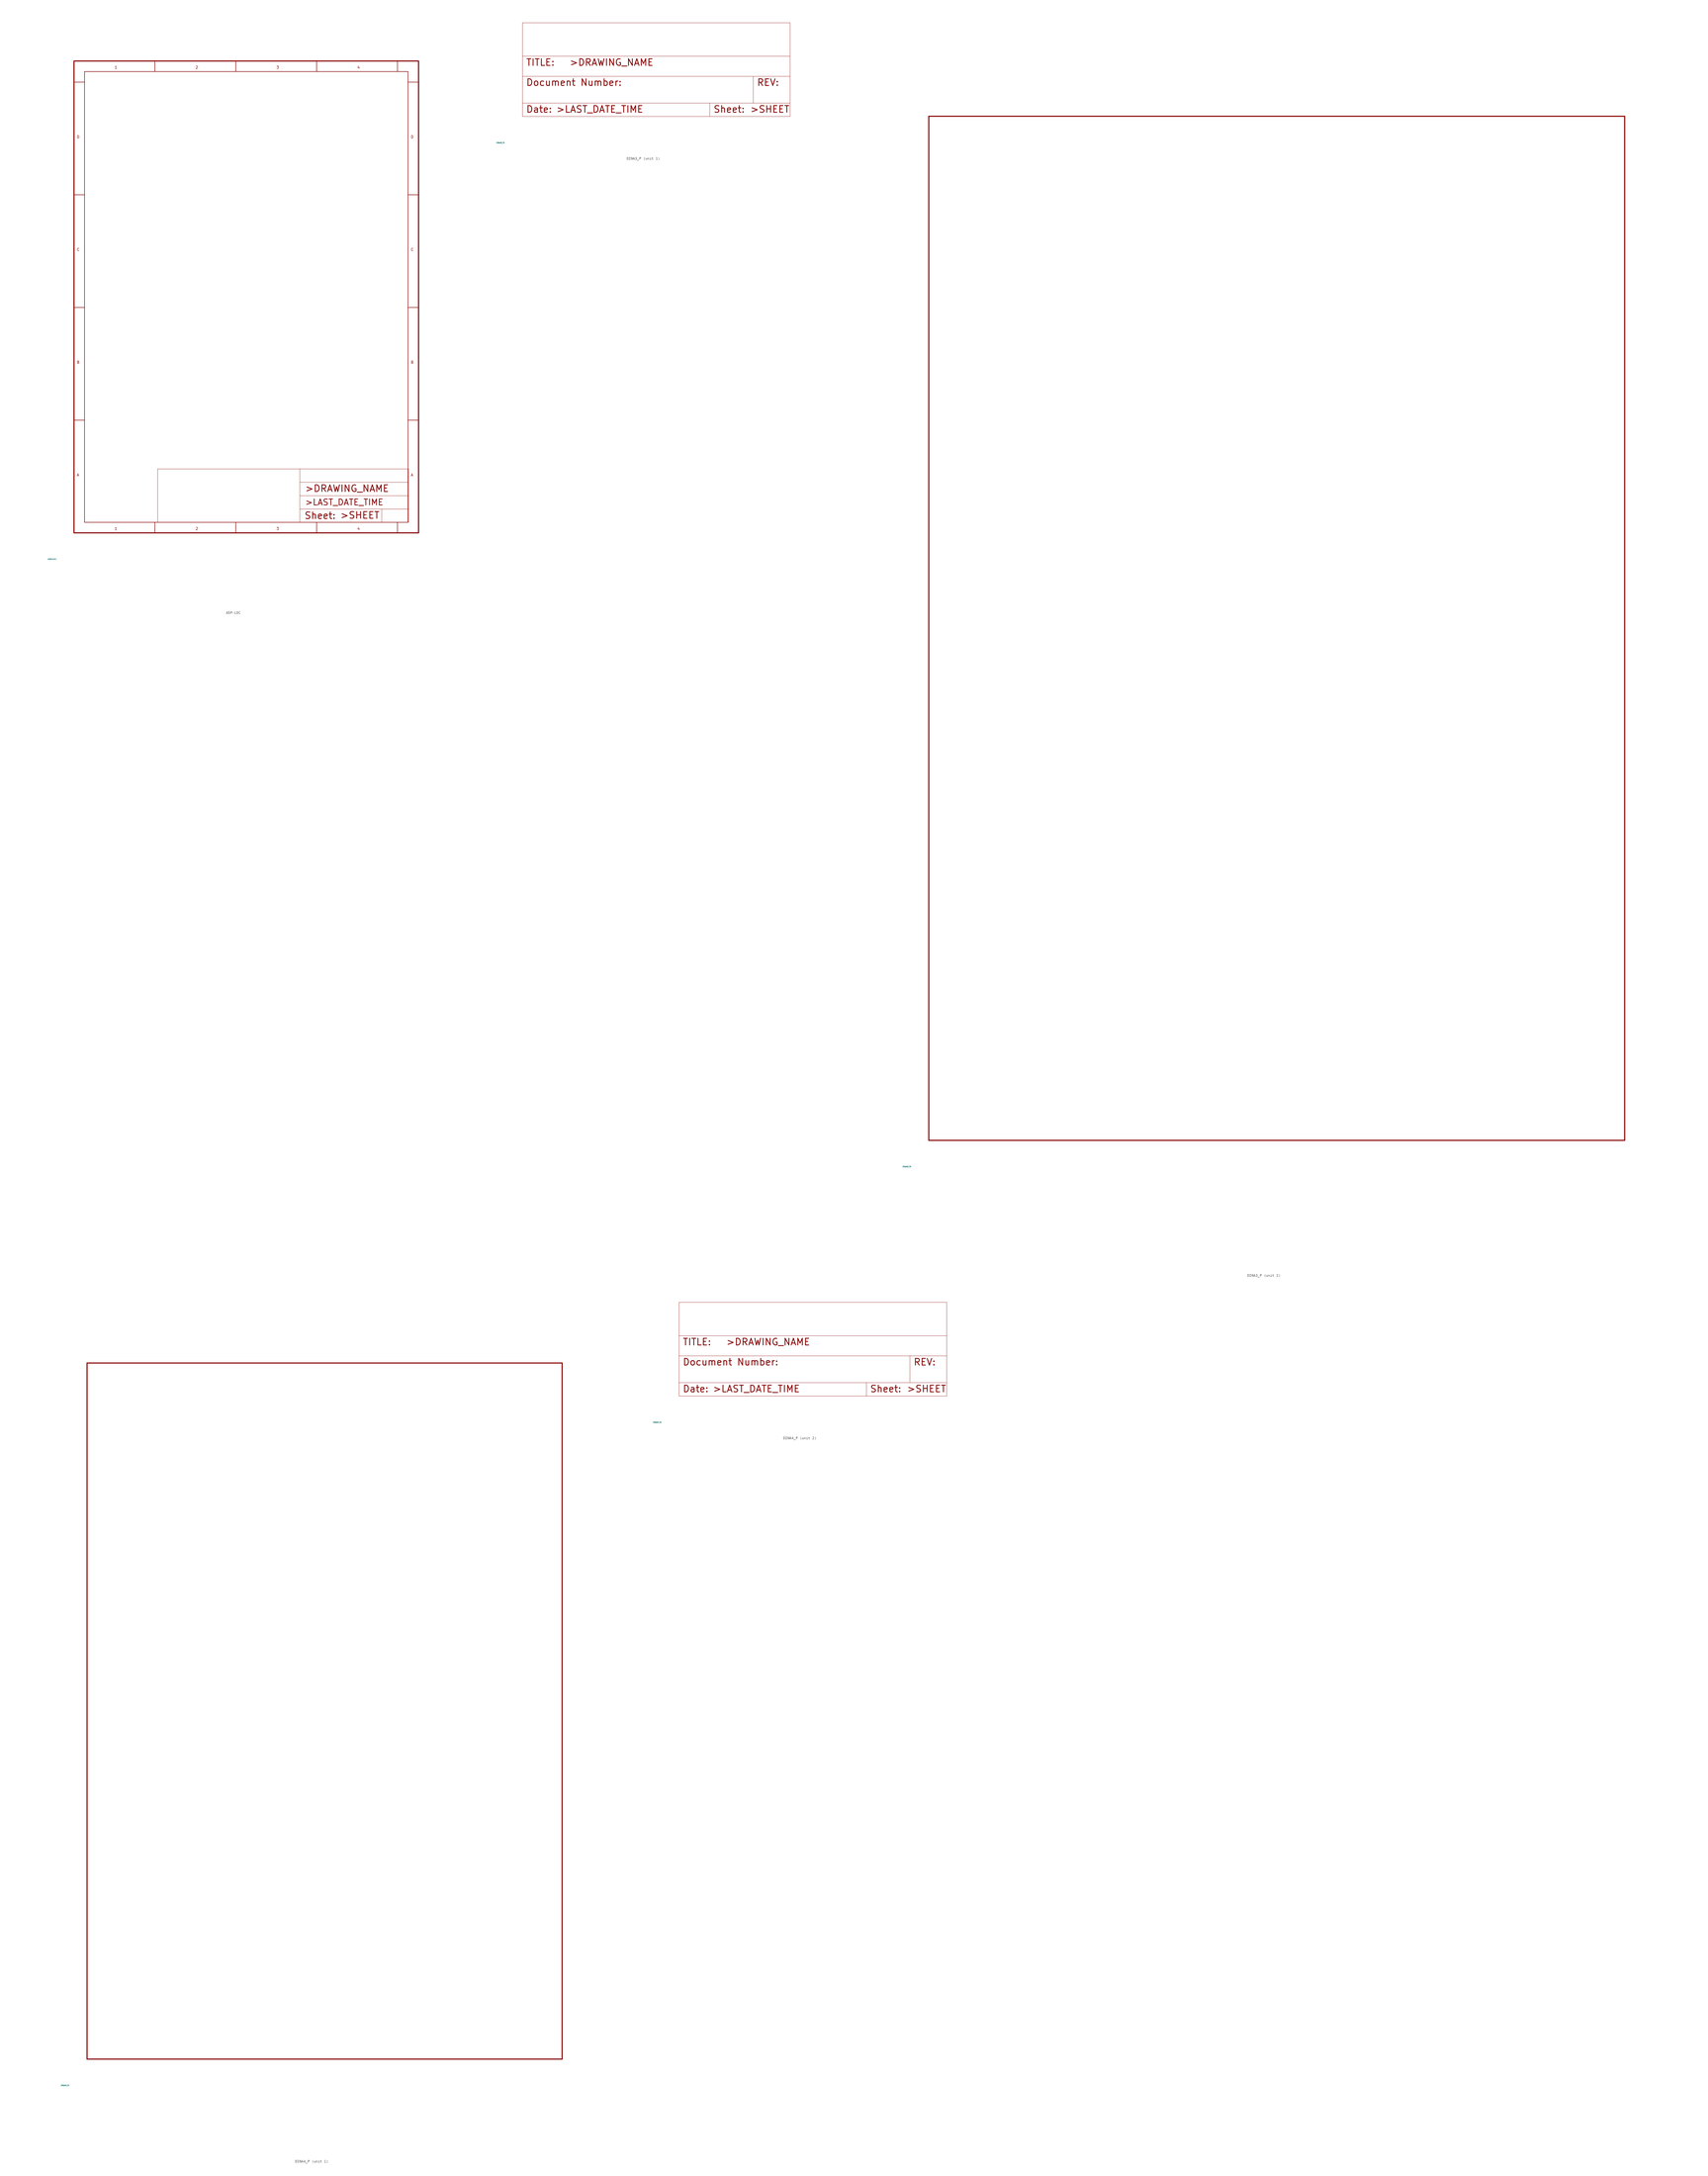
<source format=kicad_sym>
(kicad_symbol_lib
  (version 20220914)
  (generator Eagle2Kicad)
  (symbol "A5P-LOC"
    (property "Reference" "FRAME"
      (at -10 -10 0)
      (effects (font (size 0.5 0.5) (thickness 0.06)) (justify left)))
    (property "Value" "A5P-LOC"
      (at -10 -10 0)
      (effects (font (size 0.5 0.5) (thickness 0.06)) (justify left)))
    (polyline
      (pts (xy 127 3.937) (xy 127 9.017))
      (stroke (width 0.102) (type default))
      (fill (type none)))
    (polyline
      (pts (xy 127 9.017) (xy 127 14.097))
      (stroke (width 0.102) (type default))
      (fill (type none)))
    (polyline
      (pts (xy 127 14.097) (xy 127 19.177))
      (stroke (width 0.102) (type default))
      (fill (type none)))
    (polyline
      (pts (xy 127 19.177) (xy 127 24.257))
      (stroke (width 0.102) (type default))
      (fill (type none)))
    (polyline
      (pts (xy 31.75 3.937) (xy 31.75 24.257))
      (stroke (width 0.102) (type default))
      (fill (type none)))
    (polyline
      (pts (xy 31.75 24.257) (xy 85.725 24.257))
      (stroke (width 0.102) (type default))
      (fill (type none)))
    (polyline
      (pts (xy 85.725 24.257) (xy 127 24.257))
      (stroke (width 0.102) (type default))
      (fill (type none)))
    (polyline
      (pts (xy 116.84 3.937) (xy 116.84 9.017))
      (stroke (width 0.102) (type default))
      (fill (type none)))
    (polyline
      (pts (xy 116.84 9.017) (xy 127 9.017))
      (stroke (width 0.102) (type default))
      (fill (type none)))
    (polyline
      (pts (xy 116.84 9.017) (xy 85.725 9.017))
      (stroke (width 0.102) (type default))
      (fill (type none)))
    (polyline
      (pts (xy 85.725 9.017) (xy 85.725 3.937))
      (stroke (width 0.102) (type default))
      (fill (type none)))
    (polyline
      (pts (xy 85.725 9.017) (xy 85.725 14.097))
      (stroke (width 0.102) (type default))
      (fill (type none)))
    (polyline
      (pts (xy 85.725 14.097) (xy 127 14.097))
      (stroke (width 0.102) (type default))
      (fill (type none)))
    (polyline
      (pts (xy 85.725 14.097) (xy 85.725 19.177))
      (stroke (width 0.102) (type default))
      (fill (type none)))
    (polyline
      (pts (xy 85.725 19.177) (xy 127 19.177))
      (stroke (width 0.102) (type default))
      (fill (type none)))
    (polyline
      (pts (xy 85.725 19.177) (xy 85.725 24.257))
      (stroke (width 0.102) (type default))
      (fill (type none)))
    (text ">DRAWING_NAME"
      (at 87.63 15.367 0)
      (effects (font (size 2.54 2.54) (thickness 0.32)) (justify left bottom)))
    (text ">LAST_DATE_TIME"
      (at 87.63 10.287 0)
      (effects (font (size 2.286 2.286) (thickness 0.29)) (justify left bottom)))
    (text ">SHEET"
      (at 100.965 5.207 0)
      (effects (font (size 2.54 2.54) (thickness 0.32)) (justify left bottom)))
    (text "Sheet:"
      (at 87.376 5.08 0)
      (effects (font (size 2.54 2.54) (thickness 0.32)) (justify left bottom)))
    (polyline
      (pts (xy 0 0) (xy 130.81 0))
      (stroke (width 0.4) (type default))
      (fill (type none)))
    (polyline
      (pts (xy 0 179.07) (xy 130.81 179.07))
      (stroke (width 0.4) (type default))
      (fill (type none)))
    (polyline
      (pts (xy 0 0) (xy 0 179.07))
      (stroke (width 0.4) (type default))
      (fill (type none)))
    (polyline
      (pts (xy 130.81 0) (xy 130.81 179.07))
      (stroke (width 0.4) (type default))
      (fill (type none)))
    (polyline
      (pts (xy 4 4) (xy 126.81 4))
      (stroke (width 0.2) (type default))
      (fill (type none)))
    (polyline
      (pts (xy 30.703 0) (xy 30.703 4))
      (stroke (width 0.2) (type default))
      (fill (type none)))
    (text "1"
      (at 15.351 1 0)
      (effects (font (size 1 1) (thickness 0.13)) (justify left bottom)))
    (polyline
      (pts (xy 61.405 0) (xy 61.405 4))
      (stroke (width 0.2) (type default))
      (fill (type none)))
    (text "2"
      (at 46.054 1 0)
      (effects (font (size 1 1) (thickness 0.13)) (justify left bottom)))
    (polyline
      (pts (xy 92.108 0) (xy 92.108 4))
      (stroke (width 0.2) (type default))
      (fill (type none)))
    (text "3"
      (at 76.756 1 0)
      (effects (font (size 1 1) (thickness 0.13)) (justify left bottom)))
    (polyline
      (pts (xy 122.81 0) (xy 122.81 4))
      (stroke (width 0.2) (type default))
      (fill (type none)))
    (text "4"
      (at 107.459 1 0)
      (effects (font (size 1 1) (thickness 0.13)) (justify left bottom)))
    (polyline
      (pts (xy 4 175.07) (xy 126.81 175.07))
      (stroke (width 0.2) (type default))
      (fill (type none)))
    (polyline
      (pts (xy 30.703 175.07) (xy 30.703 179.07))
      (stroke (width 0.2) (type default))
      (fill (type none)))
    (text "1"
      (at 15.351 176.07 0)
      (effects (font (size 1 1) (thickness 0.13)) (justify left bottom)))
    (polyline
      (pts (xy 61.405 175.07) (xy 61.405 179.07))
      (stroke (width 0.2) (type default))
      (fill (type none)))
    (text "2"
      (at 46.054 176.07 0)
      (effects (font (size 1 1) (thickness 0.13)) (justify left bottom)))
    (polyline
      (pts (xy 92.108 175.07) (xy 92.108 179.07))
      (stroke (width 0.2) (type default))
      (fill (type none)))
    (text "3"
      (at 76.756 176.07 0)
      (effects (font (size 1 1) (thickness 0.13)) (justify left bottom)))
    (polyline
      (pts (xy 122.81 175.07) (xy 122.81 179.07))
      (stroke (width 0.2) (type default))
      (fill (type none)))
    (text "4"
      (at 107.459 176.07 0)
      (effects (font (size 1 1) (thickness 0.13)) (justify left bottom)))
    (polyline
      (pts (xy 4 4) (xy 4 175.07))
      (stroke (width 0.2) (type default))
      (fill (type none)))
    (polyline
      (pts (xy 0 42.767) (xy 4 42.767))
      (stroke (width 0.2) (type default))
      (fill (type none)))
    (text "A"
      (at 1 21.384 0)
      (effects (font (size 1 1) (thickness 0.13)) (justify left bottom)))
    (polyline
      (pts (xy 0 85.535) (xy 4 85.535))
      (stroke (width 0.2) (type default))
      (fill (type none)))
    (text "B"
      (at 1 64.151 0)
      (effects (font (size 1 1) (thickness 0.13)) (justify left bottom)))
    (polyline
      (pts (xy 0 128.303) (xy 4 128.303))
      (stroke (width 0.2) (type default))
      (fill (type none)))
    (text "C"
      (at 1 106.919 0)
      (effects (font (size 1 1) (thickness 0.13)) (justify left bottom)))
    (polyline
      (pts (xy 0 171.07) (xy 4 171.07))
      (stroke (width 0.2) (type default))
      (fill (type none)))
    (text "D"
      (at 1 149.686 0)
      (effects (font (size 1 1) (thickness 0.13)) (justify left bottom)))
    (polyline
      (pts (xy 126.81 4) (xy 126.81 175.07))
      (stroke (width 0.2) (type default))
      (fill (type none)))
    (polyline
      (pts (xy 126.81 42.767) (xy 130.81 42.767))
      (stroke (width 0.2) (type default))
      (fill (type none)))
    (text "A"
      (at 127.81 21.384 0)
      (effects (font (size 1 1) (thickness 0.13)) (justify left bottom)))
    (polyline
      (pts (xy 126.81 85.535) (xy 130.81 85.535))
      (stroke (width 0.2) (type default))
      (fill (type none)))
    (text "B"
      (at 127.81 64.151 0)
      (effects (font (size 1 1) (thickness 0.13)) (justify left bottom)))
    (polyline
      (pts (xy 126.81 128.303) (xy 130.81 128.303))
      (stroke (width 0.2) (type default))
      (fill (type none)))
    (text "C"
      (at 127.81 106.919 0)
      (effects (font (size 1 1) (thickness 0.13)) (justify left bottom)))
    (polyline
      (pts (xy 126.81 171.07) (xy 130.81 171.07))
      (stroke (width 0.2) (type default))
      (fill (type none)))
    (text "D"
      (at 127.81 149.686 0)
      (effects (font (size 1 1) (thickness 0.13)) (justify left bottom))))
  (symbol "DINA3_P"
    (property "Reference" "FRAME"
      (at -10 -10 0)
      (effects (font (size 0.5 0.5) (thickness 0.06)) (justify left)))
    (property "Value" "DINA3_P"
      (at -10 -10 0)
      (effects (font (size 0.5 0.5) (thickness 0.06)) (justify left)))
    (symbol "DINA3_P_1_0"
      (polyline (pts (xy 0 0) (xy 71.12 0)) (stroke (width 0.102) (type default)) (fill (type none)))
      (polyline (pts (xy 101.6 15.24) (xy 87.63 15.24)) (stroke (width 0.102) (type default)) (fill (type none)))
      (polyline (pts (xy 0 0) (xy 0 5.08)) (stroke (width 0.102) (type default)) (fill (type none)))
      (polyline (pts (xy 0 5.08) (xy 71.12 5.08)) (stroke (width 0.102) (type default)) (fill (type none)))
      (polyline (pts (xy 0 5.08) (xy 0 15.24)) (stroke (width 0.102) (type default)) (fill (type none)))
      (polyline (pts (xy 101.6 15.24) (xy 101.6 5.08)) (stroke (width 0.102) (type default)) (fill (type none)))
      (polyline (pts (xy 71.12 5.08) (xy 71.12 0)) (stroke (width 0.102) (type default)) (fill (type none)))
      (polyline (pts (xy 71.12 5.08) (xy 87.63 5.08)) (stroke (width 0.102) (type default)) (fill (type none)))
      (polyline (pts (xy 71.12 0) (xy 101.6 0)) (stroke (width 0.102) (type default)) (fill (type none)))
      (polyline (pts (xy 87.63 15.24) (xy 87.63 5.08)) (stroke (width 0.102) (type default)) (fill (type none)))
      (polyline (pts (xy 87.63 15.24) (xy 0 15.24)) (stroke (width 0.102) (type default)) (fill (type none)))
      (polyline (pts (xy 87.63 5.08) (xy 101.6 5.08)) (stroke (width 0.102) (type default)) (fill (type none)))
      (polyline (pts (xy 101.6 5.08) (xy 101.6 0)) (stroke (width 0.102) (type default)) (fill (type none)))
      (polyline (pts (xy 0 15.24) (xy 0 22.86)) (stroke (width 0.102) (type default)) (fill (type none)))
      (polyline (pts (xy 101.6 35.56) (xy 0 35.56)) (stroke (width 0.102) (type default)) (fill (type none)))
      (polyline (pts (xy 101.6 35.56) (xy 101.6 22.86)) (stroke (width 0.102) (type default)) (fill (type none)))
      (polyline (pts (xy 0 22.86) (xy 101.6 22.86)) (stroke (width 0.102) (type default)) (fill (type none)))
      (polyline (pts (xy 0 22.86) (xy 0 35.56)) (stroke (width 0.102) (type default)) (fill (type none)))
      (polyline (pts (xy 101.6 22.86) (xy 101.6 15.24)) (stroke (width 0.102) (type default)) (fill (type none)))
      (text "Date:" (at 1.27 1.27 0) (effects (font (size 2.54 2.54) (thickness 0.32)) (justify left bottom)))
      (text ">LAST_DATE_TIME" (at 12.7 1.27 0) (effects (font (size 2.54 2.54) (thickness 0.32)) (justify left bottom)))
      (text "Sheet:" (at 72.39 1.27 0) (effects (font (size 2.54 2.54) (thickness 0.32)) (justify left bottom)))
      (text ">SHEET" (at 86.36 1.27 0) (effects (font (size 2.54 2.54) (thickness 0.32)) (justify left bottom)))
      (text "REV:" (at 88.9 11.43 0) (effects (font (size 2.54 2.54) (thickness 0.32)) (justify left bottom)))
      (text "TITLE:" (at 1.27 19.05 0) (effects (font (size 2.54 2.54) (thickness 0.32)) (justify left bottom)))
      (text "Document Number:" (at 1.27 11.43 0) (effects (font (size 2.54 2.54) (thickness 0.32)) (justify left bottom)))
      (text ">DRAWING_NAME" (at 17.78 19.05 0) (effects (font (size 2.54 2.54) (thickness 0.32)) (justify left bottom))))
    (symbol "DINA3_P_2_0"
      (polyline (pts (xy 0 0) (xy 264.16 0)) (stroke (width 0.4) (type default)) (fill (type none)))
      (polyline (pts (xy 0 388.62) (xy 264.16 388.62)) (stroke (width 0.4) (type default)) (fill (type none)))
      (polyline (pts (xy 0 0) (xy 0 388.62)) (stroke (width 0.4) (type default)) (fill (type none)))
      (polyline (pts (xy 264.16 0) (xy 264.16 388.62)) (stroke (width 0.4) (type default)) (fill (type none)))))
  (symbol "DINA4_P"
    (property "Reference" "FRAME"
      (at -10 -10 0)
      (effects (font (size 0.5 0.5) (thickness 0.06)) (justify left)))
    (property "Value" "DINA4_P"
      (at -10 -10 0)
      (effects (font (size 0.5 0.5) (thickness 0.06)) (justify left)))
    (symbol "DINA4_P_1_0"
      (polyline (pts (xy 0 0) (xy 180.34 0)) (stroke (width 0.4) (type default)) (fill (type none)))
      (polyline (pts (xy 0 264.16) (xy 180.34 264.16)) (stroke (width 0.4) (type default)) (fill (type none)))
      (polyline (pts (xy 0 0) (xy 0 264.16)) (stroke (width 0.4) (type default)) (fill (type none)))
      (polyline (pts (xy 180.34 0) (xy 180.34 264.16)) (stroke (width 0.4) (type default)) (fill (type none))))
    (symbol "DINA4_P_2_0"
      (polyline (pts (xy 0 0) (xy 71.12 0)) (stroke (width 0.102) (type default)) (fill (type none)))
      (polyline (pts (xy 101.6 15.24) (xy 87.63 15.24)) (stroke (width 0.102) (type default)) (fill (type none)))
      (polyline (pts (xy 0 0) (xy 0 5.08)) (stroke (width 0.102) (type default)) (fill (type none)))
      (polyline (pts (xy 0 5.08) (xy 71.12 5.08)) (stroke (width 0.102) (type default)) (fill (type none)))
      (polyline (pts (xy 0 5.08) (xy 0 15.24)) (stroke (width 0.102) (type default)) (fill (type none)))
      (polyline (pts (xy 101.6 15.24) (xy 101.6 5.08)) (stroke (width 0.102) (type default)) (fill (type none)))
      (polyline (pts (xy 71.12 5.08) (xy 71.12 0)) (stroke (width 0.102) (type default)) (fill (type none)))
      (polyline (pts (xy 71.12 5.08) (xy 87.63 5.08)) (stroke (width 0.102) (type default)) (fill (type none)))
      (polyline (pts (xy 71.12 0) (xy 101.6 0)) (stroke (width 0.102) (type default)) (fill (type none)))
      (polyline (pts (xy 87.63 15.24) (xy 87.63 5.08)) (stroke (width 0.102) (type default)) (fill (type none)))
      (polyline (pts (xy 87.63 15.24) (xy 0 15.24)) (stroke (width 0.102) (type default)) (fill (type none)))
      (polyline (pts (xy 87.63 5.08) (xy 101.6 5.08)) (stroke (width 0.102) (type default)) (fill (type none)))
      (polyline (pts (xy 101.6 5.08) (xy 101.6 0)) (stroke (width 0.102) (type default)) (fill (type none)))
      (polyline (pts (xy 0 15.24) (xy 0 22.86)) (stroke (width 0.102) (type default)) (fill (type none)))
      (polyline (pts (xy 101.6 35.56) (xy 0 35.56)) (stroke (width 0.102) (type default)) (fill (type none)))
      (polyline (pts (xy 101.6 35.56) (xy 101.6 22.86)) (stroke (width 0.102) (type default)) (fill (type none)))
      (polyline (pts (xy 0 22.86) (xy 101.6 22.86)) (stroke (width 0.102) (type default)) (fill (type none)))
      (polyline (pts (xy 0 22.86) (xy 0 35.56)) (stroke (width 0.102) (type default)) (fill (type none)))
      (polyline (pts (xy 101.6 22.86) (xy 101.6 15.24)) (stroke (width 0.102) (type default)) (fill (type none)))
      (text "Date:" (at 1.27 1.27 0) (effects (font (size 2.54 2.54) (thickness 0.32)) (justify left bottom)))
      (text ">LAST_DATE_TIME" (at 12.7 1.27 0) (effects (font (size 2.54 2.54) (thickness 0.32)) (justify left bottom)))
      (text "Sheet:" (at 72.39 1.27 0) (effects (font (size 2.54 2.54) (thickness 0.32)) (justify left bottom)))
      (text ">SHEET" (at 86.36 1.27 0) (effects (font (size 2.54 2.54) (thickness 0.32)) (justify left bottom)))
      (text "REV:" (at 88.9 11.43 0) (effects (font (size 2.54 2.54) (thickness 0.32)) (justify left bottom)))
      (text "TITLE:" (at 1.27 19.05 0) (effects (font (size 2.54 2.54) (thickness 0.32)) (justify left bottom)))
      (text "Document Number:" (at 1.27 11.43 0) (effects (font (size 2.54 2.54) (thickness 0.32)) (justify left bottom)))
      (text ">DRAWING_NAME" (at 17.78 19.05 0) (effects (font (size 2.54 2.54) (thickness 0.32)) (justify left bottom))))))
</source>
